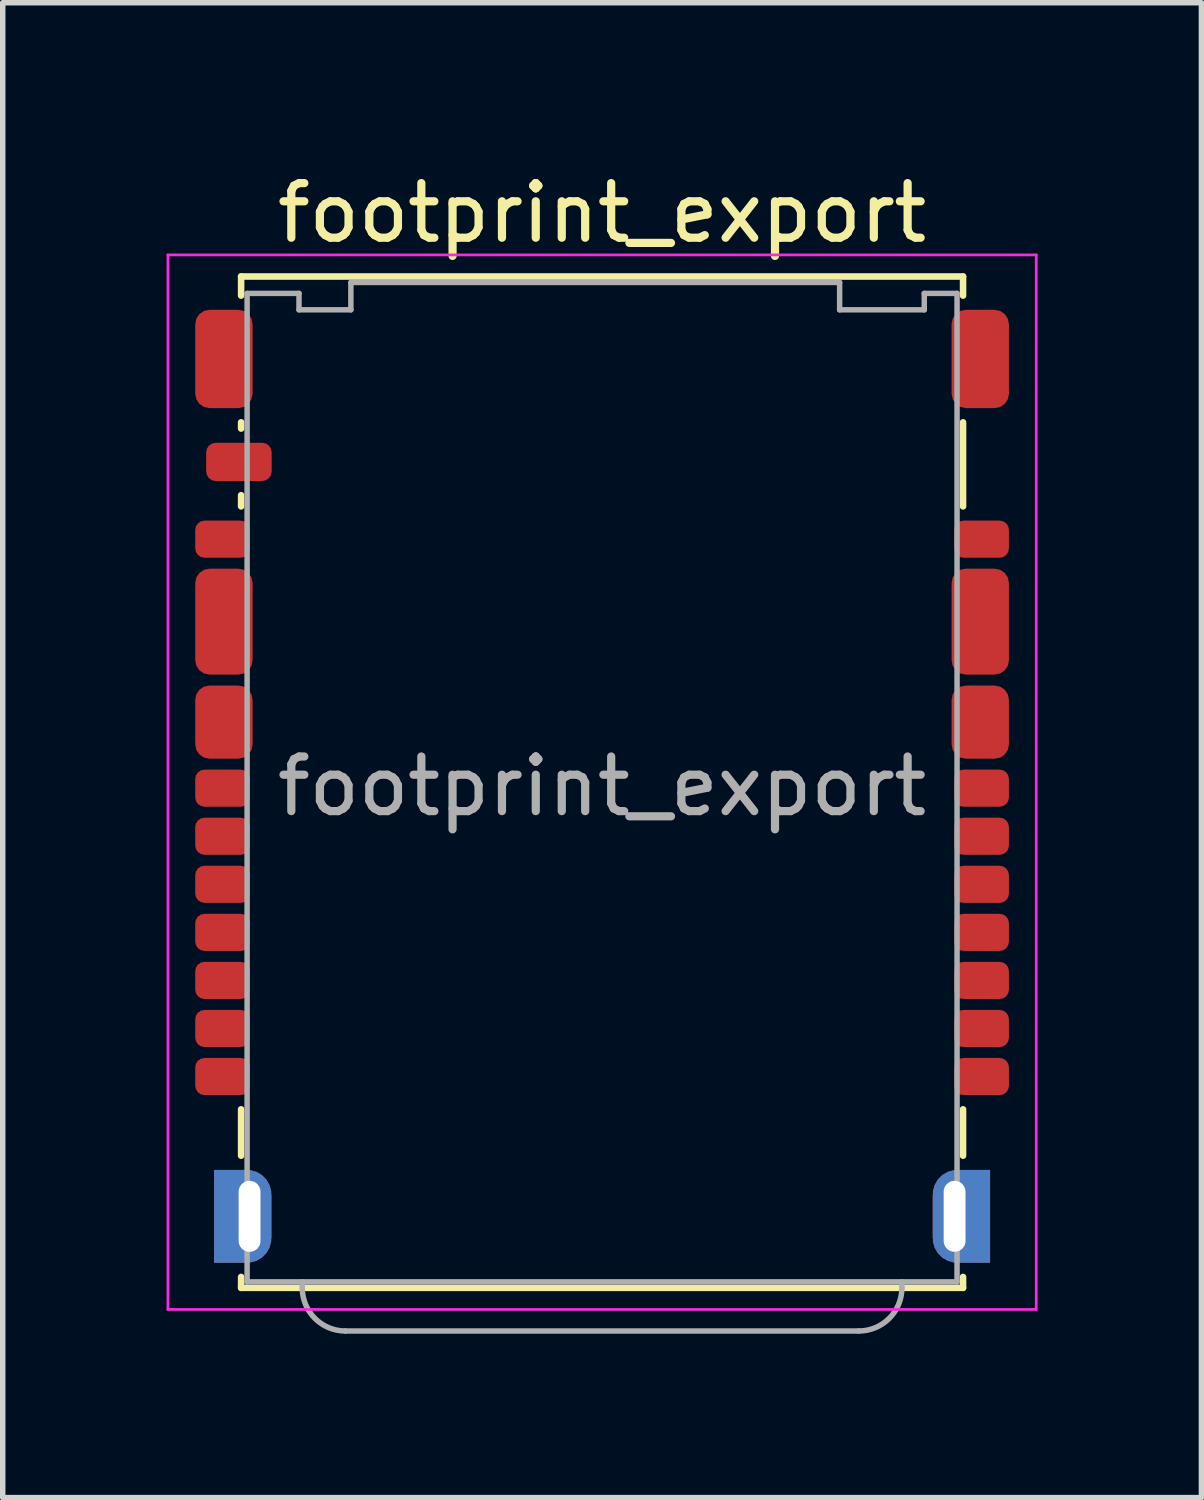
<source format=kicad_pcb>
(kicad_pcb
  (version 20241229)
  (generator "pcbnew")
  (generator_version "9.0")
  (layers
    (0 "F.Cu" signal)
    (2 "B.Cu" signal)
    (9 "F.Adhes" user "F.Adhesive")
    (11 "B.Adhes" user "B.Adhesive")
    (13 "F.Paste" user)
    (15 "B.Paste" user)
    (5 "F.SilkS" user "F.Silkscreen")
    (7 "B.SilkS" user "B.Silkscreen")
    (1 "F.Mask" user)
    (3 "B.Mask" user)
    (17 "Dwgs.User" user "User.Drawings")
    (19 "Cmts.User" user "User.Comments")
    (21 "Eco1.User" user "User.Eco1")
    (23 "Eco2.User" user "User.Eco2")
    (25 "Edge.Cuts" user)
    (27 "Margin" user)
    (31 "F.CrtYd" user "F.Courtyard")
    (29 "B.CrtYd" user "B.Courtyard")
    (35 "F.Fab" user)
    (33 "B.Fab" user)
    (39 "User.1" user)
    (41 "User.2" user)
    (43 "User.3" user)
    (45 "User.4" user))
  (footprint "footprint_export"
    (layer "F.Cu")
    (at 7.975 11.348)
    (property "Reference" "footprint_export" (at 0 -10.5 0) (layer "F.SilkS") (effects (font (size 1 1) (thickness 0.15))))
    (attr smd)
    (fp_line (start -6.61 -9.335) (end 6.61 -9.335) (stroke (width 0.12) (type solid)) (layer "F.SilkS"))
    (fp_line (start -6.61 -8.985) (end -6.61 -9.335) (stroke (width 0.12) (type solid)) (layer "F.SilkS"))
    (fp_line (start -6.61 -6.665) (end -6.61 -6.55) (stroke (width 0.12) (type solid)) (layer "F.SilkS"))
    (fp_line (start -6.61 -5.33) (end -6.61 -5.125) (stroke (width 0.12) (type solid)) (layer "F.SilkS"))
    (fp_line (start -6.61 5.915) (end -6.61 6.765) (stroke (width 0.12) (type solid)) (layer "F.SilkS"))
    (fp_line (start -6.61 8.985) (end -6.61 9.185) (stroke (width 0.12) (type solid)) (layer "F.SilkS"))
    (fp_line (start -6.61 9.185) (end 6.61 9.185) (stroke (width 0.12) (type solid)) (layer "F.SilkS"))
    (fp_line (start 6.61 -8.985) (end 6.61 -9.335) (stroke (width 0.12) (type solid)) (layer "F.SilkS"))
    (fp_line (start 6.61 -6.665) (end 6.61 -5.125) (stroke (width 0.12) (type solid)) (layer "F.SilkS"))
    (fp_line (start 6.61 5.915) (end 6.61 6.765) (stroke (width 0.12) (type solid)) (layer "F.SilkS"))
    (fp_line (start 6.61 8.985) (end 6.61 9.185) (stroke (width 0.12) (type solid)) (layer "F.SilkS"))
    (fp_line (start -7.95 -9.73) (end -7.95 9.58) (stroke (width 0.05) (type solid)) (layer "F.CrtYd"))
    (fp_line (start -7.95 -9.73) (end 7.95 -9.73) (stroke (width 0.05) (type solid)) (layer "F.CrtYd"))
    (fp_line (start -7.95 9.58) (end 7.95 9.58) (stroke (width 0.05) (type solid)) (layer "F.CrtYd"))
    (fp_line (start 7.95 -9.73) (end 7.95 9.58) (stroke (width 0.05) (type solid)) (layer "F.CrtYd"))
    (fp_line (start -6.5 -9.025) (end -6.5 9.075) (stroke (width 0.1) (type solid)) (layer "F.Fab"))
    (fp_line (start -6.5 -9.025) (end -5.55 -9.025) (stroke (width 0.1) (type solid)) (layer "F.Fab"))
    (fp_line (start -6.5 9.075) (end 6.5 9.075) (stroke (width 0.1) (type solid)) (layer "F.Fab"))
    (fp_line (start -5.55 -9.025) (end -5.55 -8.725) (stroke (width 0.1) (type solid)) (layer "F.Fab"))
    (fp_line (start -5.55 -8.725) (end -4.6 -8.725) (stroke (width 0.1) (type solid)) (layer "F.Fab"))
    (fp_line (start -5.49 9.075) (end -5.49 9.185) (stroke (width 0.1) (type solid)) (layer "F.Fab"))
    (fp_line (start -4.7 9.975) (end 4.7 9.975) (stroke (width 0.1) (type solid)) (layer "F.Fab"))
    (fp_line (start -4.6 -9.225) (end -4.6 -8.725) (stroke (width 0.1) (type solid)) (layer "F.Fab"))
    (fp_line (start -4.6 -9.225) (end 4.35 -9.225) (stroke (width 0.1) (type solid)) (layer "F.Fab"))
    (fp_line (start 4.35 -9.225) (end 4.35 -8.725) (stroke (width 0.1) (type solid)) (layer "F.Fab"))
    (fp_line (start 4.35 -8.725) (end 5.9 -8.725) (stroke (width 0.1) (type solid)) (layer "F.Fab"))
    (fp_line (start 5.49 9.075) (end 5.49 9.185) (stroke (width 0.1) (type solid)) (layer "F.Fab"))
    (fp_line (start 5.9 -9.025) (end 5.9 -8.725) (stroke (width 0.1) (type solid)) (layer "F.Fab"))
    (fp_line (start 5.9 -9.025) (end 6.5 -9.025) (stroke (width 0.1) (type solid)) (layer "F.Fab"))
    (fp_line (start 6.5 -9.025) (end 6.5 9.075) (stroke (width 0.1) (type solid)) (layer "F.Fab"))
    (fp_arc (start -4.7 9.975) (mid -5.258614 9.743614) (end -5.49 9.185) (stroke (width 0.1) (type solid)) (layer "F.Fab"))
    (fp_arc (start 5.49 9.185) (mid 5.258614 9.743614) (end 4.7 9.975) (stroke (width 0.1) (type solid)) (layer "F.Fab"))
    (fp_text user "${REFERENCE}" (at 0 0 0) (layer "F.Fab") (effects (font (size 1 1) (thickness 0.15))))
    (pad "C1" smd roundrect (at 6.95 -4.525) (size 1 0.68) (layers "F.Cu" "F.Mask" "F.Paste") (roundrect_rratio 0.25))
    (pad "C2" smd roundrect (at 6.95 0.035) (size 1 0.68) (layers "F.Cu" "F.Mask" "F.Paste") (roundrect_rratio 0.25))
    (pad "C3" smd roundrect (at 6.95 0.915) (size 1 0.68) (layers "F.Cu" "F.Mask" "F.Paste") (roundrect_rratio 0.25))
    (pad "C4" smd roundrect (at 6.95 2.675) (size 1 0.68) (layers "F.Cu" "F.Mask" "F.Paste") (roundrect_rratio 0.25))
    (pad "C5" smd roundrect (at -6.95 2.675) (size 1 0.68) (layers "F.Cu" "F.Mask" "F.Paste") (roundrect_rratio 0.25))
    (pad "C6" smd roundrect (at -6.95 0.915) (size 1 0.68) (layers "F.Cu" "F.Mask" "F.Paste") (roundrect_rratio 0.25))
    (pad "C7" smd roundrect (at -6.95 0.035) (size 1 0.68) (layers "F.Cu" "F.Mask" "F.Paste") (roundrect_rratio 0.25))
    (pad "C8" smd roundrect (at -6.95 -4.525) (size 1 0.68) (layers "F.Cu" "F.Mask" "F.Paste") (roundrect_rratio 0.25))
    (pad "S1" smd roundrect (at 6.95 5.315) (size 1 0.68) (layers "F.Cu" "F.Mask" "F.Paste") (roundrect_rratio 0.25))
    (pad "S2" smd roundrect (at 6.95 4.435) (size 1 0.68) (layers "F.Cu" "F.Mask" "F.Paste") (roundrect_rratio 0.25))
    (pad "S3" smd roundrect (at -6.95 4.435) (size 1 0.68) (layers "F.Cu" "F.Mask" "F.Paste") (roundrect_rratio 0.25))
    (pad "S4" smd roundrect (at -6.95 5.315) (size 1 0.68) (layers "F.Cu" "F.Mask" "F.Paste") (roundrect_rratio 0.25))
    (pad "S5" smd roundrect (at 6.95 1.795) (size 1 0.68) (layers "F.Cu" "F.Mask" "F.Paste") (roundrect_rratio 0.25))
    (pad "S6" smd roundrect (at 6.95 3.555) (size 1 0.68) (layers "F.Cu" "F.Mask" "F.Paste") (roundrect_rratio 0.25))
    (pad "S7" smd roundrect (at -6.95 3.555) (size 1 0.68) (layers "F.Cu" "F.Mask" "F.Paste") (roundrect_rratio 0.25))
    (pad "S8" smd roundrect (at -6.95 1.795) (size 1 0.68) (layers "F.Cu" "F.Mask" "F.Paste") (roundrect_rratio 0.25))
    (pad "SH" smd roundrect (at -6.925 -7.825) (size 1.05 1.8) (layers "F.Cu" "F.Mask" "F.Paste") (roundrect_rratio 0.25))
    (pad "SH" smd roundrect (at -6.925 -3.015) (size 1.05 1.94) (layers "F.Cu" "F.Mask" "F.Paste") (roundrect_rratio 0.25))
    (pad "SH" smd roundrect (at -6.925 -1.175) (size 1.05 1.34) (layers "F.Cu" "F.Mask" "F.Paste") (roundrect_rratio 0.25))
    (pad "SH" thru_hole custom (at -6.455 7.875) (size 0.5 1.4) (drill oval 0.4 1.3) (layers "*.Cu" "*.Mask" "F.Paste") (options (anchor rect)) (primitives (gr_poly (pts (xy 0.4 -0.4) (xy 0 -0.4) (xy 0 -0.85) (xy -0.65 -0.85) (xy -0.65 0.85) (xy 0 0.85) (xy 0 0.4) (xy 0.4 0.4)) (width 0) (fill yes)) (gr_circle (center -0.05 0.4) (end 0.4 0.4) (width 0) (fill yes)) (gr_circle (center -0.05 -0.4) (end 0.4 -0.4) (width 0) (fill yes))))
    (pad "SH" thru_hole custom (at 6.455 7.875) (size 0.5 1.4) (drill oval 0.4 1.3) (layers "*.Cu" "*.Mask" "F.Paste") (options (anchor rect)) (primitives (gr_poly (pts (xy -0.4 -0.4) (xy 0 -0.4) (xy 0 -0.85) (xy 0.65 -0.85) (xy 0.65 0.85) (xy 0 0.85) (xy 0 0.4) (xy -0.4 0.4)) (width 0) (fill yes)) (gr_circle (center 0.05 0.4) (end 0.5 0.4) (width 0) (fill yes)) (gr_circle (center 0.05 -0.4) (end 0.5 -0.4) (width 0) (fill yes))))
    (pad "SH" smd roundrect (at 6.925 -7.825) (size 1.05 1.8) (layers "F.Cu" "F.Mask" "F.Paste") (roundrect_rratio 0.25))
    (pad "SH" smd roundrect (at 6.925 -3.015) (size 1.05 1.94) (layers "F.Cu" "F.Mask" "F.Paste") (roundrect_rratio 0.25))
    (pad "SH" smd roundrect (at 6.925 -1.175) (size 1.05 1.34) (layers "F.Cu" "F.Mask" "F.Paste") (roundrect_rratio 0.25))
    (pad "SW" smd roundrect (at -6.65 -5.94) (size 1.2 0.7) (layers "F.Cu" "F.Mask" "F.Paste") (roundrect_rratio 0.25))
    (zone (net_name "") (layer "F.Cu") (hatch edge 0.5) (connect_pads) (min_thickness 0.25) (filled_areas_thickness no) (keepout (tracks not_allowed) (vias not_allowed) (pads not_allowed) (copperpour not_allowed) (footprints allowed)) (placement (enabled no)) (fill) (polygon (pts (xy 1.985 2.623) (xy 13.965 2.623) (xy 13.965 20.313) (xy 1.985 20.313)))))
  (gr_rect
    (start -3 -3)
    (end 18.95 24.373)
    (stroke (width 0.1) (type default))
    (fill no)
    (layer "Edge.Cuts")))
</source>
